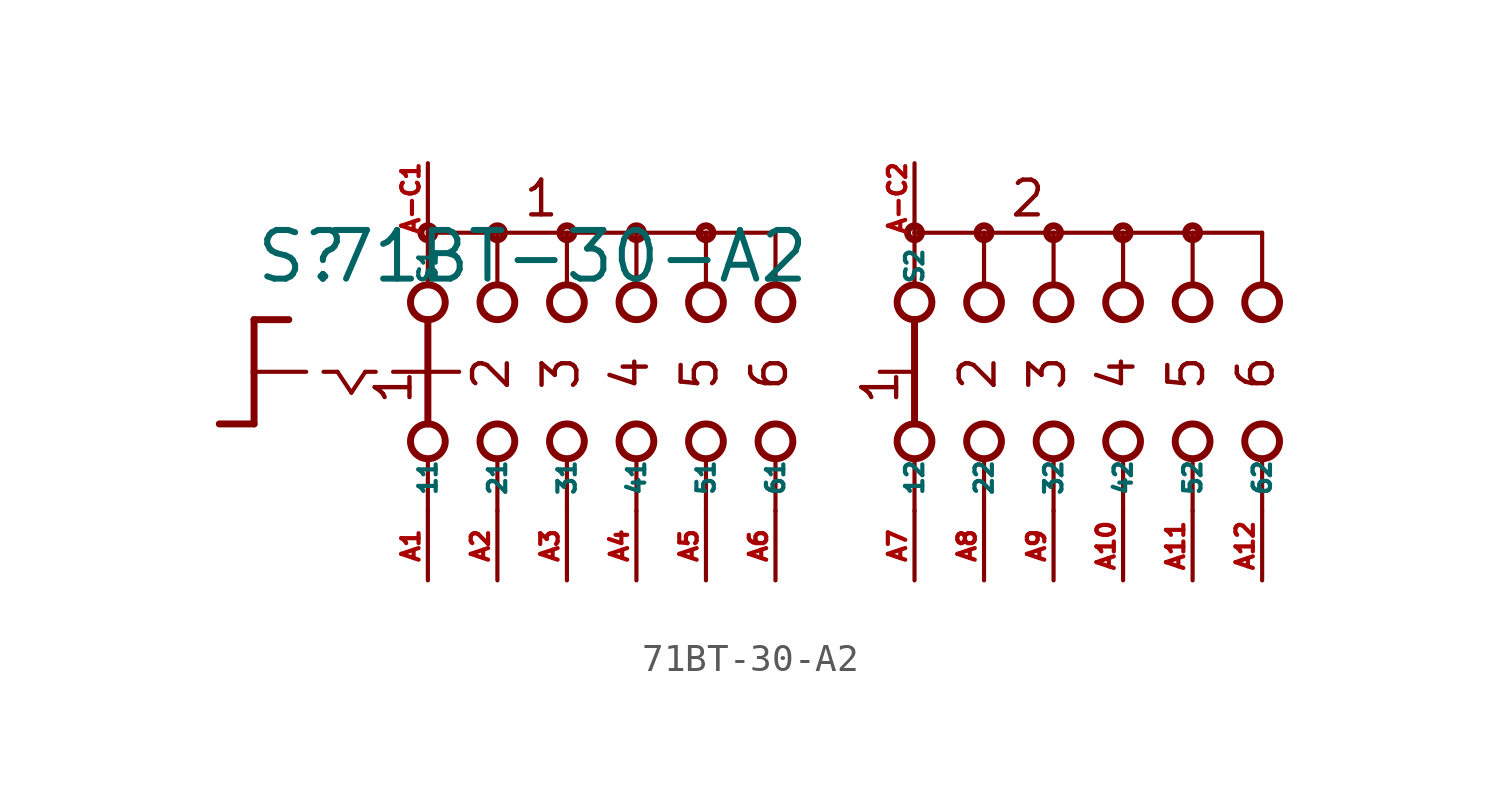
<source format=kicad_sym>
(kicad_symbol_lib
  (version 20220914)
  (generator Eagle2Kicad)
  (symbol "71BT-30-A2"
    (property "Reference" "S"
      (at -19.05 3.175 0)
      (effects (font (size 1.778 1.778) (thickness 0.22)) (justify left bottom)))
    (property "Value" "71BT-30-A2"
      (at -16.51 3.175 0)
      (effects (font (size 1.778 1.778) (thickness 0.22)) (justify left bottom)))
    (polyline
      (pts (xy -19.05 1.905) (xy -17.78 1.905))
      (stroke (width 0.254) (type default))
      (fill (type none)))
    (polyline
      (pts (xy -19.05 1.905) (xy -19.05 0))
      (stroke (width 0.254) (type default))
      (fill (type none)))
    (polyline
      (pts (xy -19.05 -1.905) (xy -20.32 -1.905))
      (stroke (width 0.254) (type default))
      (fill (type none)))
    (polyline
      (pts (xy -19.05 0) (xy -17.145 0))
      (stroke (width 0.152) (type default))
      (fill (type none)))
    (polyline
      (pts (xy -19.05 0) (xy -19.05 -1.905))
      (stroke (width 0.254) (type default))
      (fill (type none)))
    (polyline
      (pts (xy -16.51 0) (xy -16.002 0))
      (stroke (width 0.152) (type default))
      (fill (type none)))
    (polyline
      (pts (xy -14.986 0) (xy -14.605 0))
      (stroke (width 0.152) (type default))
      (fill (type none)))
    (polyline
      (pts (xy -16.002 0) (xy -15.494 -0.762))
      (stroke (width 0.152) (type default))
      (fill (type none)))
    (polyline
      (pts (xy -15.494 -0.762) (xy -14.986 0))
      (stroke (width 0.152) (type default))
      (fill (type none)))
    (polyline
      (pts (xy -10.16 3.175) (xy -10.16 5.08))
      (stroke (width 0.152) (type default))
      (fill (type none)))
    (polyline
      (pts (xy -7.62 3.175) (xy -7.62 5.08))
      (stroke (width 0.152) (type default))
      (fill (type none)))
    (polyline
      (pts (xy -5.08 3.175) (xy -5.08 5.08))
      (stroke (width 0.152) (type default))
      (fill (type none)))
    (polyline
      (pts (xy -7.62 5.08) (xy -10.16 5.08))
      (stroke (width 0.152) (type default))
      (fill (type none)))
    (polyline
      (pts (xy -7.62 5.08) (xy -5.08 5.08))
      (stroke (width 0.152) (type default))
      (fill (type none)))
    (polyline
      (pts (xy -2.54 3.175) (xy -2.54 5.08))
      (stroke (width 0.152) (type default))
      (fill (type none)))
    (polyline
      (pts (xy 0 3.175) (xy 0 5.08))
      (stroke (width 0.152) (type default))
      (fill (type none)))
    (polyline
      (pts (xy -5.08 5.08) (xy -2.54 5.08))
      (stroke (width 0.152) (type default))
      (fill (type none)))
    (polyline
      (pts (xy -2.54 5.08) (xy 0 5.08))
      (stroke (width 0.152) (type default))
      (fill (type none)))
    (polyline
      (pts (xy -12.7 5.08) (xy -12.7 3.175))
      (stroke (width 0.152) (type default))
      (fill (type none)))
    (polyline
      (pts (xy -10.16 5.08) (xy -12.7 5.08))
      (stroke (width 0.152) (type default))
      (fill (type none)))
    (polyline
      (pts (xy 5.08 3.175) (xy 5.08 5.08))
      (stroke (width 0.152) (type default))
      (fill (type none)))
    (polyline
      (pts (xy 5.08 -5.08) (xy 5.08 -3.175))
      (stroke (width 0.152) (type default))
      (fill (type none)))
    (polyline
      (pts (xy 7.62 3.175) (xy 7.62 5.08))
      (stroke (width 0.152) (type default))
      (fill (type none)))
    (polyline
      (pts (xy 10.16 3.175) (xy 10.16 5.08))
      (stroke (width 0.152) (type default))
      (fill (type none)))
    (polyline
      (pts (xy 12.7 3.175) (xy 12.7 5.08))
      (stroke (width 0.152) (type default))
      (fill (type none)))
    (polyline
      (pts (xy 15.24 3.175) (xy 15.24 5.08))
      (stroke (width 0.152) (type default))
      (fill (type none)))
    (polyline
      (pts (xy 17.78 3.175) (xy 17.78 5.08))
      (stroke (width 0.152) (type default))
      (fill (type none)))
    (polyline
      (pts (xy 5.08 5.08) (xy 7.62 5.08))
      (stroke (width 0.152) (type default))
      (fill (type none)))
    (polyline
      (pts (xy 7.62 5.08) (xy 10.16 5.08))
      (stroke (width 0.152) (type default))
      (fill (type none)))
    (polyline
      (pts (xy 10.16 5.08) (xy 12.7 5.08))
      (stroke (width 0.152) (type default))
      (fill (type none)))
    (polyline
      (pts (xy 12.7 5.08) (xy 15.24 5.08))
      (stroke (width 0.152) (type default))
      (fill (type none)))
    (polyline
      (pts (xy 15.24 5.08) (xy 17.78 5.08))
      (stroke (width 0.152) (type default))
      (fill (type none)))
    (polyline
      (pts (xy 7.62 -5.08) (xy 7.62 -3.175))
      (stroke (width 0.152) (type default))
      (fill (type none)))
    (polyline
      (pts (xy 10.16 -5.08) (xy 10.16 -3.175))
      (stroke (width 0.152) (type default))
      (fill (type none)))
    (polyline
      (pts (xy 12.7 -5.08) (xy 12.7 -3.175))
      (stroke (width 0.152) (type default))
      (fill (type none)))
    (polyline
      (pts (xy 15.24 -5.08) (xy 15.24 -3.175))
      (stroke (width 0.152) (type default))
      (fill (type none)))
    (polyline
      (pts (xy 17.78 -5.08) (xy 17.78 -3.175))
      (stroke (width 0.152) (type default))
      (fill (type none)))
    (polyline
      (pts (xy 5.08 1.905) (xy 5.08 -1.905))
      (stroke (width 0.254) (type default))
      (fill (type none)))
    (polyline
      (pts (xy 3.81 0) (xy 4.953 0))
      (stroke (width 0.152) (type default))
      (fill (type none)))
    (polyline
      (pts (xy -13.97 0) (xy -12.827 0))
      (stroke (width 0.152) (type default))
      (fill (type none)))
    (polyline
      (pts (xy -10.16 -5.08) (xy -10.16 -3.175))
      (stroke (width 0.152) (type default))
      (fill (type none)))
    (polyline
      (pts (xy -7.62 -5.08) (xy -7.62 -3.175))
      (stroke (width 0.152) (type default))
      (fill (type none)))
    (polyline
      (pts (xy -5.08 -5.08) (xy -5.08 -3.175))
      (stroke (width 0.152) (type default))
      (fill (type none)))
    (polyline
      (pts (xy -2.54 -5.08) (xy -2.54 -3.175))
      (stroke (width 0.152) (type default))
      (fill (type none)))
    (polyline
      (pts (xy 0 -5.08) (xy 0 -3.175))
      (stroke (width 0.152) (type default))
      (fill (type none)))
    (polyline
      (pts (xy -12.7 1.905) (xy -12.7 0))
      (stroke (width 0.254) (type default))
      (fill (type none)))
    (polyline
      (pts (xy -12.7 -3.175) (xy -12.7 -5.08))
      (stroke (width 0.152) (type default))
      (fill (type none)))
    (polyline
      (pts (xy -12.7 0) (xy -11.557 0))
      (stroke (width 0.152) (type default))
      (fill (type none)))
    (polyline
      (pts (xy -12.7 0) (xy -12.7 -1.905))
      (stroke (width 0.254) (type default))
      (fill (type none)))
    (text "2"
      (at 8.128 -0.762 900)
      (effects (font (size 1.27 1.27) (thickness 0.16)) (justify left bottom)))
    (text "3"
      (at 10.668 -0.762 900)
      (effects (font (size 1.27 1.27) (thickness 0.16)) (justify left bottom)))
    (text "4"
      (at 13.208 -0.762 900)
      (effects (font (size 1.27 1.27) (thickness 0.16)) (justify left bottom)))
    (text "5"
      (at 15.748 -0.762 900)
      (effects (font (size 1.27 1.27) (thickness 0.16)) (justify left bottom)))
    (text "6"
      (at 18.288 -0.762 900)
      (effects (font (size 1.27 1.27) (thickness 0.16)) (justify left bottom)))
    (text "1"
      (at 4.572 -1.27 900)
      (effects (font (size 1.27 1.27) (thickness 0.16)) (justify left bottom)))
    (text "1"
      (at -13.208 -1.27 900)
      (effects (font (size 1.27 1.27) (thickness 0.16)) (justify left bottom)))
    (text "2"
      (at -9.652 -0.762 900)
      (effects (font (size 1.27 1.27) (thickness 0.16)) (justify left bottom)))
    (text "3"
      (at -7.112 -0.762 900)
      (effects (font (size 1.27 1.27) (thickness 0.16)) (justify left bottom)))
    (text "4"
      (at -4.572 -0.762 900)
      (effects (font (size 1.27 1.27) (thickness 0.16)) (justify left bottom)))
    (text "5"
      (at -2.032 -0.762 900)
      (effects (font (size 1.27 1.27) (thickness 0.16)) (justify left bottom)))
    (text "6"
      (at 0.508 -0.762 900)
      (effects (font (size 1.27 1.27) (thickness 0.16)) (justify left bottom)))
    (text "1 "
      (at -9.271 5.588 0)
      (effects (font (size 1.27 1.27) (thickness 0.16)) (justify left bottom)))
    (text "2 "
      (at 8.509 5.588 0)
      (effects (font (size 1.27 1.27) (thickness 0.16)) (justify left bottom)))
    (circle
      (center -7.62 5.08)
      (radius 0.254)
      (stroke (width 0.254) (type default))
      (fill (type none)))
    (circle
      (center -5.08 5.08)
      (radius 0.254)
      (stroke (width 0.254) (type default))
      (fill (type none)))
    (circle
      (center -12.7 5.08)
      (radius 0.254)
      (stroke (width 0.254) (type default))
      (fill (type none)))
    (circle
      (center -10.16 5.08)
      (radius 0.254)
      (stroke (width 0.254) (type default))
      (fill (type none)))
    (circle
      (center -12.7 2.54)
      (radius 0.635)
      (stroke (width 0.254) (type default))
      (fill (type none)))
    (circle
      (center -10.16 2.54)
      (radius 0.635)
      (stroke (width 0.254) (type default))
      (fill (type none)))
    (circle
      (center -7.62 2.54)
      (radius 0.635)
      (stroke (width 0.254) (type default))
      (fill (type none)))
    (circle
      (center -2.54 5.08)
      (radius 0.254)
      (stroke (width 0.254) (type default))
      (fill (type none)))
    (circle
      (center -5.08 2.54)
      (radius 0.635)
      (stroke (width 0.254) (type default))
      (fill (type none)))
    (circle
      (center -2.54 2.54)
      (radius 0.635)
      (stroke (width 0.254) (type default))
      (fill (type none)))
    (circle
      (center 0 2.54)
      (radius 0.635)
      (stroke (width 0.254) (type default))
      (fill (type none)))
    (circle
      (center 5.08 5.08)
      (radius 0.254)
      (stroke (width 0.254) (type default))
      (fill (type none)))
    (circle
      (center 5.08 2.54)
      (radius 0.635)
      (stroke (width 0.254) (type default))
      (fill (type none)))
    (circle
      (center 5.08 -2.54)
      (radius 0.635)
      (stroke (width 0.254) (type default))
      (fill (type none)))
    (circle
      (center 7.62 2.54)
      (radius 0.635)
      (stroke (width 0.254) (type default))
      (fill (type none)))
    (circle
      (center 10.16 2.54)
      (radius 0.635)
      (stroke (width 0.254) (type default))
      (fill (type none)))
    (circle
      (center 12.7 2.54)
      (radius 0.635)
      (stroke (width 0.254) (type default))
      (fill (type none)))
    (circle
      (center 15.24 2.54)
      (radius 0.635)
      (stroke (width 0.254) (type default))
      (fill (type none)))
    (circle
      (center 17.78 2.54)
      (radius 0.635)
      (stroke (width 0.254) (type default))
      (fill (type none)))
    (circle
      (center 7.62 5.08)
      (radius 0.254)
      (stroke (width 0.254) (type default))
      (fill (type none)))
    (circle
      (center 10.16 5.08)
      (radius 0.254)
      (stroke (width 0.254) (type default))
      (fill (type none)))
    (circle
      (center 12.7 5.08)
      (radius 0.254)
      (stroke (width 0.254) (type default))
      (fill (type none)))
    (circle
      (center 15.24 5.08)
      (radius 0.254)
      (stroke (width 0.254) (type default))
      (fill (type none)))
    (circle
      (center 7.62 -2.54)
      (radius 0.635)
      (stroke (width 0.254) (type default))
      (fill (type none)))
    (circle
      (center 10.16 -2.54)
      (radius 0.635)
      (stroke (width 0.254) (type default))
      (fill (type none)))
    (circle
      (center 12.7 -2.54)
      (radius 0.635)
      (stroke (width 0.254) (type default))
      (fill (type none)))
    (circle
      (center 15.24 -2.54)
      (radius 0.635)
      (stroke (width 0.254) (type default))
      (fill (type none)))
    (circle
      (center 17.78 -2.54)
      (radius 0.635)
      (stroke (width 0.254) (type default))
      (fill (type none)))
    (circle
      (center -12.7 -2.54)
      (radius 0.635)
      (stroke (width 0.254) (type default))
      (fill (type none)))
    (circle
      (center -10.16 -2.54)
      (radius 0.635)
      (stroke (width 0.254) (type default))
      (fill (type none)))
    (circle
      (center -7.62 -2.54)
      (radius 0.635)
      (stroke (width 0.254) (type default))
      (fill (type none)))
    (circle
      (center -5.08 -2.54)
      (radius 0.635)
      (stroke (width 0.254) (type default))
      (fill (type none)))
    (circle
      (center -2.54 -2.54)
      (radius 0.635)
      (stroke (width 0.254) (type default))
      (fill (type none)))
    (circle
      (center 0 -2.54)
      (radius 0.635)
      (stroke (width 0.254) (type default))
      (fill (type none)))
    (pin passive line
      (at -12.7 -7.62 90)
      (length 2.54)
      (name "11" (effects (font (size 0.635 0.635) (thickness 0.08)) (justify left bottom)))
      (number "A1" (effects (font (size 0.635 0.635) (thickness 0.08)) (justify left bottom))))
    (pin passive line
      (at -12.7 7.62 270)
      (length 2.54)
      (name "S1" (effects (font (size 0.635 0.635) (thickness 0.08)) (justify left bottom)))
      (number "A-C1" (effects (font (size 0.635 0.635) (thickness 0.08)) (justify left bottom))))
    (pin passive line
      (at -10.16 -7.62 90)
      (length 2.54)
      (name "21" (effects (font (size 0.635 0.635) (thickness 0.08)) (justify left bottom)))
      (number "A2" (effects (font (size 0.635 0.635) (thickness 0.08)) (justify left bottom))))
    (pin passive line
      (at -7.62 -7.62 90)
      (length 2.54)
      (name "31" (effects (font (size 0.635 0.635) (thickness 0.08)) (justify left bottom)))
      (number "A3" (effects (font (size 0.635 0.635) (thickness 0.08)) (justify left bottom))))
    (pin passive line
      (at -5.08 -7.62 90)
      (length 2.54)
      (name "41" (effects (font (size 0.635 0.635) (thickness 0.08)) (justify left bottom)))
      (number "A4" (effects (font (size 0.635 0.635) (thickness 0.08)) (justify left bottom))))
    (pin passive line
      (at -2.54 -7.62 90)
      (length 2.54)
      (name "51" (effects (font (size 0.635 0.635) (thickness 0.08)) (justify left bottom)))
      (number "A5" (effects (font (size 0.635 0.635) (thickness 0.08)) (justify left bottom))))
    (pin passive line
      (at 0 -7.62 90)
      (length 2.54)
      (name "61" (effects (font (size 0.635 0.635) (thickness 0.08)) (justify left bottom)))
      (number "A6" (effects (font (size 0.635 0.635) (thickness 0.08)) (justify left bottom))))
    (pin passive line
      (at 5.08 -7.62 90)
      (length 2.54)
      (name "12" (effects (font (size 0.635 0.635) (thickness 0.08)) (justify left bottom)))
      (number "A7" (effects (font (size 0.635 0.635) (thickness 0.08)) (justify left bottom))))
    (pin passive line
      (at 7.62 -7.62 90)
      (length 2.54)
      (name "22" (effects (font (size 0.635 0.635) (thickness 0.08)) (justify left bottom)))
      (number "A8" (effects (font (size 0.635 0.635) (thickness 0.08)) (justify left bottom))))
    (pin passive line
      (at 10.16 -7.62 90)
      (length 2.54)
      (name "32" (effects (font (size 0.635 0.635) (thickness 0.08)) (justify left bottom)))
      (number "A9" (effects (font (size 0.635 0.635) (thickness 0.08)) (justify left bottom))))
    (pin passive line
      (at 12.7 -7.62 90)
      (length 2.54)
      (name "42" (effects (font (size 0.635 0.635) (thickness 0.08)) (justify left bottom)))
      (number "A10" (effects (font (size 0.635 0.635) (thickness 0.08)) (justify left bottom))))
    (pin passive line
      (at 15.24 -7.62 90)
      (length 2.54)
      (name "52" (effects (font (size 0.635 0.635) (thickness 0.08)) (justify left bottom)))
      (number "A11" (effects (font (size 0.635 0.635) (thickness 0.08)) (justify left bottom))))
    (pin passive line
      (at 17.78 -7.62 90)
      (length 2.54)
      (name "62" (effects (font (size 0.635 0.635) (thickness 0.08)) (justify left bottom)))
      (number "A12" (effects (font (size 0.635 0.635) (thickness 0.08)) (justify left bottom))))
    (pin passive line
      (at 5.08 7.62 270)
      (length 2.54)
      (name "S2" (effects (font (size 0.635 0.635) (thickness 0.08)) (justify left bottom)))
      (number "A-C2" (effects (font (size 0.635 0.635) (thickness 0.08)) (justify left bottom))))))
</source>
